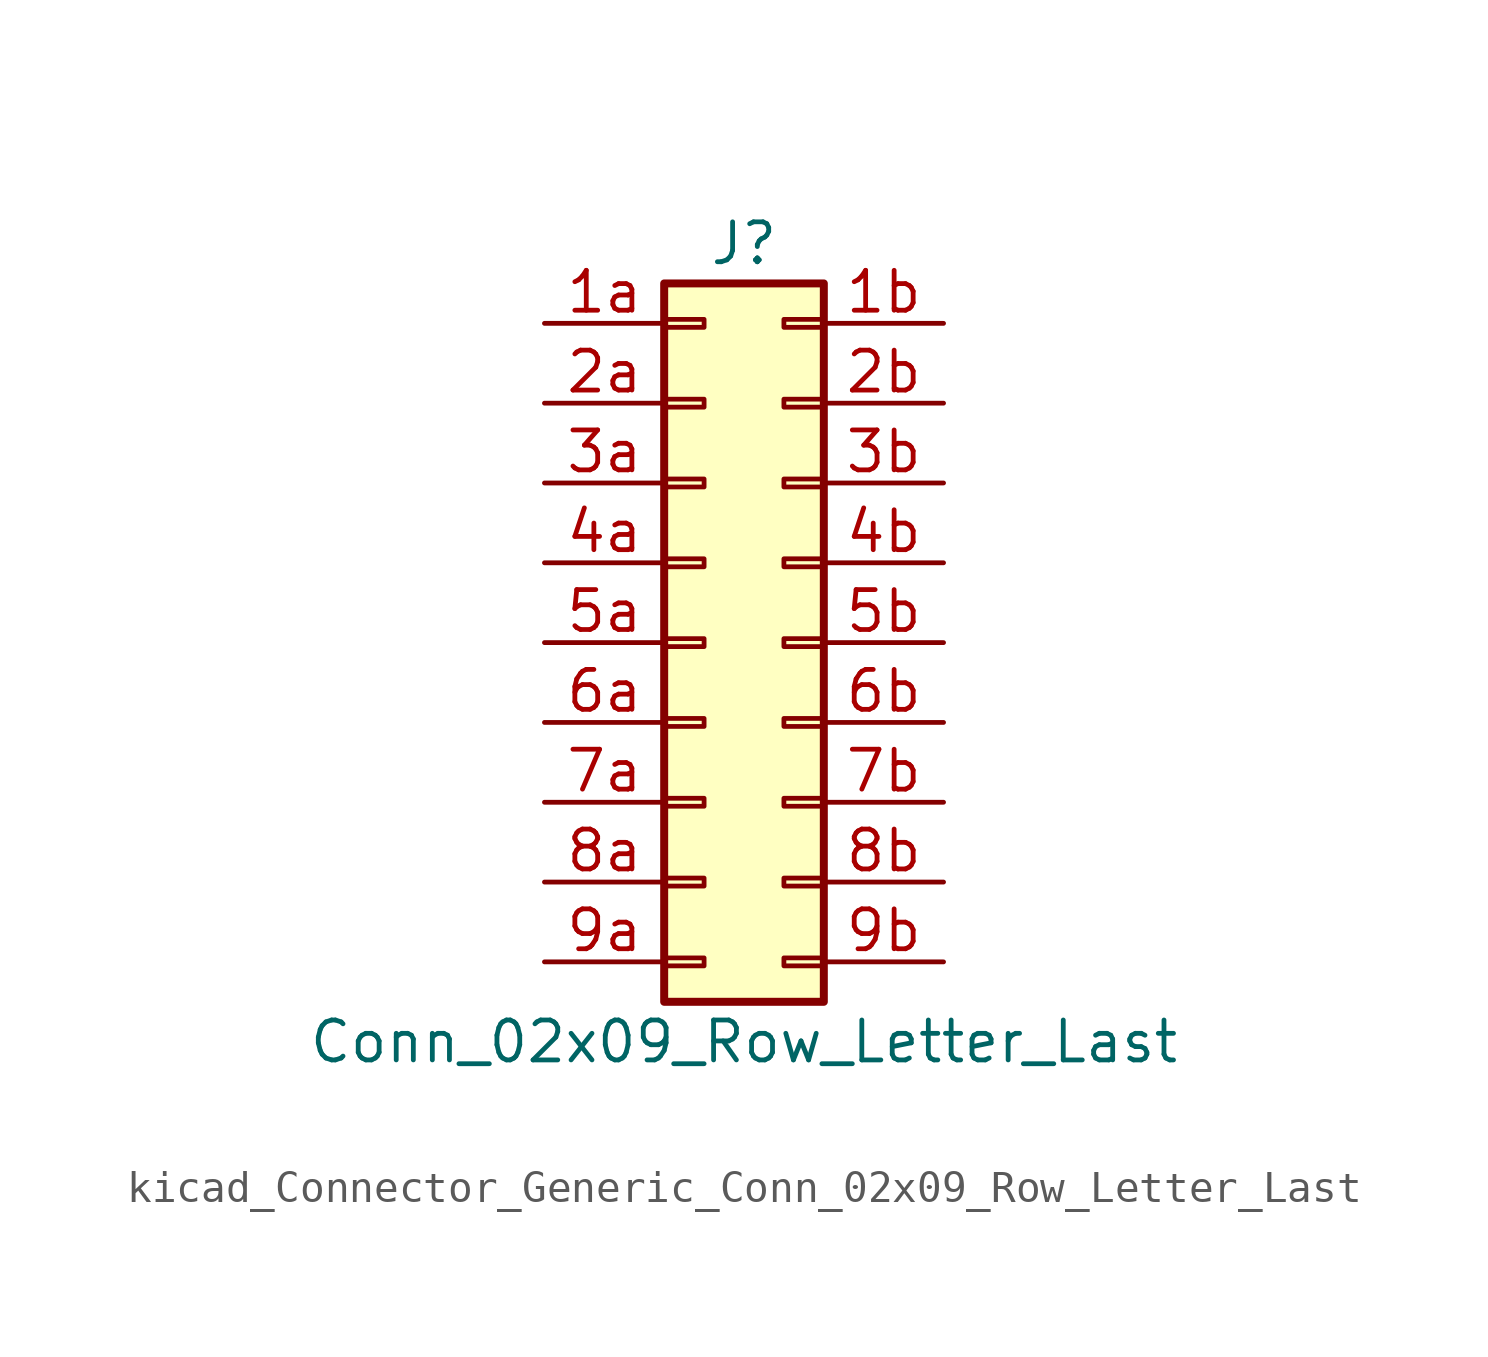
<source format=kicad_sym>
(kicad_symbol_lib
  (version 20220914)
  (generator kicad_symbol_editor)
  (symbol "kicad_Connector_Generic_Conn_02x09_Row_Letter_Last"
    (pin_names
      (offset 1.016) hide)
    (property "Reference" "J"
      (at 1.27 12.7 0)
      (effects (font (size 1.27 1.27))))
    (property "Value" "Conn_02x09_Row_Letter_Last"
      (at 1.27 -12.7 0)
      (effects (font (size 1.27 1.27))))
    (symbol "kicad_Connector_Generic_Conn_02x09_Row_Letter_Last_1_1"
      (rectangle (start -1.27 -10.033) (end 0 -10.287) (stroke (width 0.152) (type default)) (fill (type none)))
      (rectangle (start -1.27 -7.493) (end 0 -7.747) (stroke (width 0.152) (type default)) (fill (type none)))
      (rectangle (start -1.27 -4.953) (end 0 -5.207) (stroke (width 0.152) (type default)) (fill (type none)))
      (rectangle (start -1.27 -2.413) (end 0 -2.667) (stroke (width 0.152) (type default)) (fill (type none)))
      (rectangle (start -1.27 0.127) (end 0 -0.127) (stroke (width 0.152) (type default)) (fill (type none)))
      (rectangle (start -1.27 2.667) (end 0 2.413) (stroke (width 0.152) (type default)) (fill (type none)))
      (rectangle (start -1.27 5.207) (end 0 4.953) (stroke (width 0.152) (type default)) (fill (type none)))
      (rectangle (start -1.27 7.747) (end 0 7.493) (stroke (width 0.152) (type default)) (fill (type none)))
      (rectangle (start -1.27 10.287) (end 0 10.033) (stroke (width 0.152) (type default)) (fill (type none)))
      (rectangle (start -1.27 11.43) (end 3.81 -11.43) (stroke (width 0.254) (type default)) (fill (type background)))
      (rectangle (start 3.81 -10.033) (end 2.54 -10.287) (stroke (width 0.152) (type default)) (fill (type none)))
      (rectangle (start 3.81 -7.493) (end 2.54 -7.747) (stroke (width 0.152) (type default)) (fill (type none)))
      (rectangle (start 3.81 -4.953) (end 2.54 -5.207) (stroke (width 0.152) (type default)) (fill (type none)))
      (rectangle (start 3.81 -2.413) (end 2.54 -2.667) (stroke (width 0.152) (type default)) (fill (type none)))
      (rectangle (start 3.81 0.127) (end 2.54 -0.127) (stroke (width 0.152) (type default)) (fill (type none)))
      (rectangle (start 3.81 2.667) (end 2.54 2.413) (stroke (width 0.152) (type default)) (fill (type none)))
      (rectangle (start 3.81 5.207) (end 2.54 4.953) (stroke (width 0.152) (type default)) (fill (type none)))
      (rectangle (start 3.81 7.747) (end 2.54 7.493) (stroke (width 0.152) (type default)) (fill (type none)))
      (rectangle (start 3.81 10.287) (end 2.54 10.033) (stroke (width 0.152) (type default)) (fill (type none)))
      (pin passive line (at -5.08 10.16 0) (length 3.81) (name "Pin_1a" (effects (font (size 1.27 1.27)))) (number "1a" (effects (font (size 1.27 1.27)))))
      (pin passive line (at 7.62 10.16 180) (length 3.81) (name "Pin_1b" (effects (font (size 1.27 1.27)))) (number "1b" (effects (font (size 1.27 1.27)))))
      (pin passive line (at -5.08 7.62 0) (length 3.81) (name "Pin_2a" (effects (font (size 1.27 1.27)))) (number "2a" (effects (font (size 1.27 1.27)))))
      (pin passive line (at 7.62 7.62 180) (length 3.81) (name "Pin_2b" (effects (font (size 1.27 1.27)))) (number "2b" (effects (font (size 1.27 1.27)))))
      (pin passive line (at -5.08 5.08 0) (length 3.81) (name "Pin_3a" (effects (font (size 1.27 1.27)))) (number "3a" (effects (font (size 1.27 1.27)))))
      (pin passive line (at 7.62 5.08 180) (length 3.81) (name "Pin_3b" (effects (font (size 1.27 1.27)))) (number "3b" (effects (font (size 1.27 1.27)))))
      (pin passive line (at -5.08 2.54 0) (length 3.81) (name "Pin_4a" (effects (font (size 1.27 1.27)))) (number "4a" (effects (font (size 1.27 1.27)))))
      (pin passive line (at 7.62 2.54 180) (length 3.81) (name "Pin_4b" (effects (font (size 1.27 1.27)))) (number "4b" (effects (font (size 1.27 1.27)))))
      (pin passive line (at -5.08 0 0) (length 3.81) (name "Pin_5a" (effects (font (size 1.27 1.27)))) (number "5a" (effects (font (size 1.27 1.27)))))
      (pin passive line (at 7.62 0 180) (length 3.81) (name "Pin_5b" (effects (font (size 1.27 1.27)))) (number "5b" (effects (font (size 1.27 1.27)))))
      (pin passive line (at -5.08 -2.54 0) (length 3.81) (name "Pin_6a" (effects (font (size 1.27 1.27)))) (number "6a" (effects (font (size 1.27 1.27)))))
      (pin passive line (at 7.62 -2.54 180) (length 3.81) (name "Pin_6b" (effects (font (size 1.27 1.27)))) (number "6b" (effects (font (size 1.27 1.27)))))
      (pin passive line (at -5.08 -5.08 0) (length 3.81) (name "Pin_7a" (effects (font (size 1.27 1.27)))) (number "7a" (effects (font (size 1.27 1.27)))))
      (pin passive line (at 7.62 -5.08 180) (length 3.81) (name "Pin_7b" (effects (font (size 1.27 1.27)))) (number "7b" (effects (font (size 1.27 1.27)))))
      (pin passive line (at -5.08 -7.62 0) (length 3.81) (name "Pin_8a" (effects (font (size 1.27 1.27)))) (number "8a" (effects (font (size 1.27 1.27)))))
      (pin passive line (at 7.62 -7.62 180) (length 3.81) (name "Pin_8b" (effects (font (size 1.27 1.27)))) (number "8b" (effects (font (size 1.27 1.27)))))
      (pin passive line (at -5.08 -10.16 0) (length 3.81) (name "Pin_9a" (effects (font (size 1.27 1.27)))) (number "9a" (effects (font (size 1.27 1.27)))))
      (pin passive line (at 7.62 -10.16 180) (length 3.81) (name "Pin_9b" (effects (font (size 1.27 1.27)))) (number "9b" (effects (font (size 1.27 1.27))))))))
</source>
